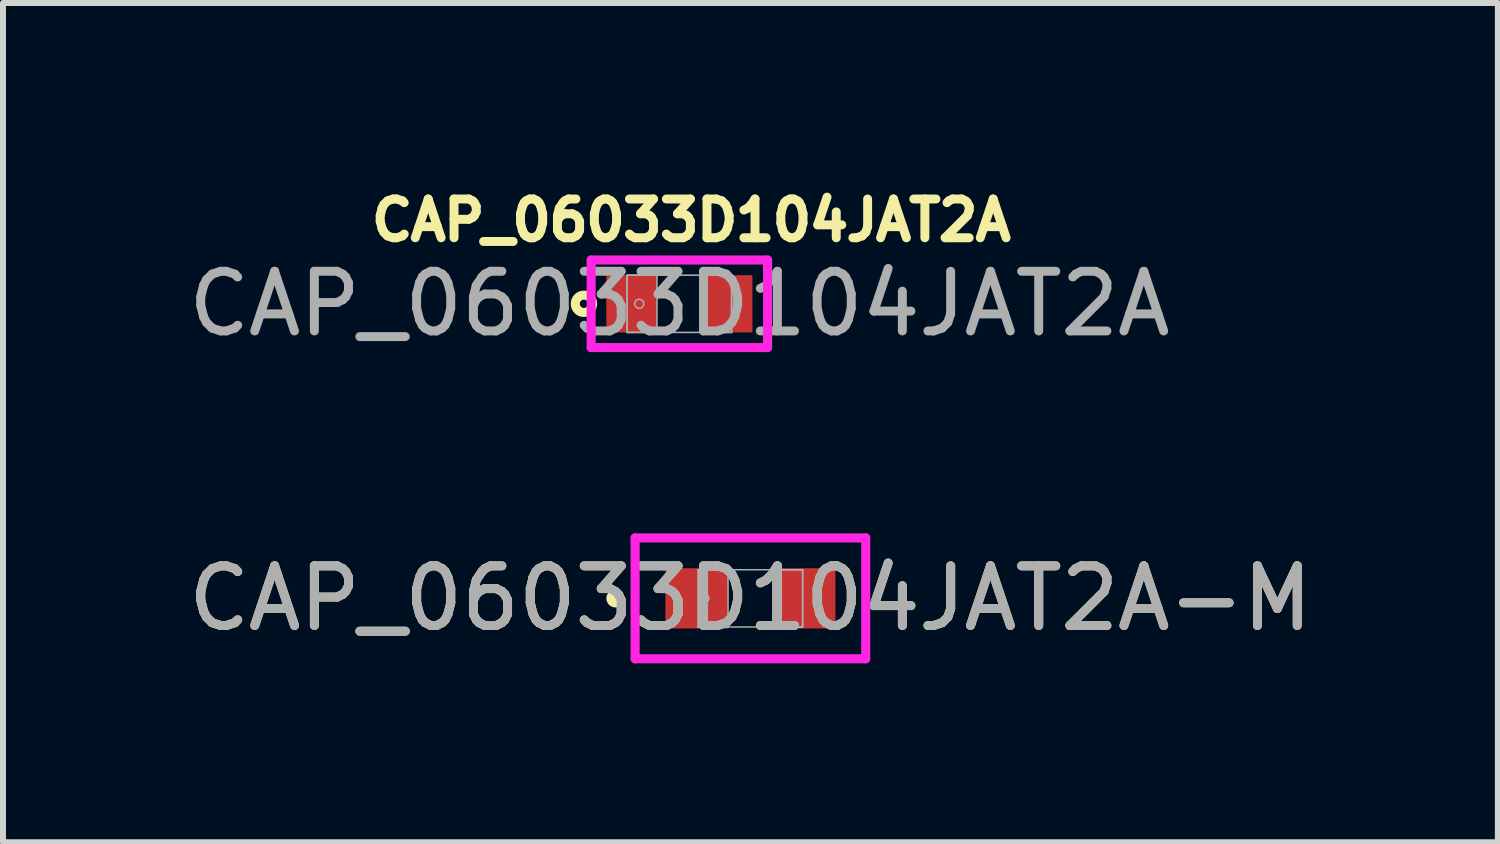
<source format=kicad_pcb>
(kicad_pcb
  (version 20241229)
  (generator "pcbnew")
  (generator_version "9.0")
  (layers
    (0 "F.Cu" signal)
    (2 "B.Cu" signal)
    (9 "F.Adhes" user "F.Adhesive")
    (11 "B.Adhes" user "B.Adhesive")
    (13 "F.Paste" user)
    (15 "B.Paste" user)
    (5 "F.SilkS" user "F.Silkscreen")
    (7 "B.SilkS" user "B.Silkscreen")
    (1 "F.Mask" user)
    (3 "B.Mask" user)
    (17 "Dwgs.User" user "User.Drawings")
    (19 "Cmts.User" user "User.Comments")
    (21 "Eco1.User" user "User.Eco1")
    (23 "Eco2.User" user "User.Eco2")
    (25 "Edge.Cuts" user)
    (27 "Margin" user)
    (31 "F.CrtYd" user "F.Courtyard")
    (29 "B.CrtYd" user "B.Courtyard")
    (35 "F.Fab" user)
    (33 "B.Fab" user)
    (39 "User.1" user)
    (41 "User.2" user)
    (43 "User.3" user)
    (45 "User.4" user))
  (footprint "CAP_06033D104JAT2A"
    (layer "F.Cu")
    (at 8.339 2.043)
    (property "Reference" "CAP_06033D104JAT2A" (at 0.2 -1.4 0) (unlocked yes) (layer "F.SilkS") (effects (font (size 0.65 0.65) (thickness 0.15))))
    (attr smd)
    (fp_circle (center -1.6 0) (end -1.593 -0.069) (stroke (width 0.152) (type solid)) (fill no) (layer "F.SilkS"))
    (fp_line (start -1.479 -0.734) (end 1.479 -0.734) (stroke (width 0.152) (type solid)) (layer "F.CrtYd"))
    (fp_line (start -1.479 0.734) (end -1.479 -0.734) (stroke (width 0.152) (type solid)) (layer "F.CrtYd"))
    (fp_line (start 1.479 -0.734) (end 1.479 0.734) (stroke (width 0.152) (type solid)) (layer "F.CrtYd"))
    (fp_line (start 1.479 0.734) (end -1.479 0.734) (stroke (width 0.152) (type solid)) (layer "F.CrtYd"))
    (fp_line (start -0.875 -0.48) (end -0.875 0.48) (stroke (width 0.025) (type solid)) (layer "F.Fab"))
    (fp_line (start -0.875 -0.48) (end -0.875 0.48) (stroke (width 0.025) (type solid)) (layer "F.Fab"))
    (fp_line (start -0.875 0.48) (end -0.375 0.48) (stroke (width 0.025) (type solid)) (layer "F.Fab"))
    (fp_line (start -0.875 0.48) (end 0.875 0.48) (stroke (width 0.025) (type solid)) (layer "F.Fab"))
    (fp_line (start -0.375 -0.48) (end -0.875 -0.48) (stroke (width 0.025) (type solid)) (layer "F.Fab"))
    (fp_line (start -0.375 0.48) (end -0.375 -0.48) (stroke (width 0.025) (type solid)) (layer "F.Fab"))
    (fp_line (start 0.375 -0.48) (end 0.375 0.48) (stroke (width 0.025) (type solid)) (layer "F.Fab"))
    (fp_line (start 0.375 0.48) (end 0.875 0.48) (stroke (width 0.025) (type solid)) (layer "F.Fab"))
    (fp_line (start 0.875 -0.48) (end -0.875 -0.48) (stroke (width 0.025) (type solid)) (layer "F.Fab"))
    (fp_line (start 0.875 -0.48) (end 0.375 -0.48) (stroke (width 0.025) (type solid)) (layer "F.Fab"))
    (fp_line (start 0.875 0.48) (end 0.875 -0.48) (stroke (width 0.025) (type solid)) (layer "F.Fab"))
    (fp_line (start 0.875 0.48) (end 0.875 -0.48) (stroke (width 0.025) (type solid)) (layer "F.Fab"))
    (fp_circle (center -0.673 0) (end -0.597 0) (stroke (width 0.025) (type solid)) (fill no) (layer "F.Fab"))
    (fp_text user "${REFERENCE}" (at 0 0 0) (unlocked yes) (layer "F.Fab") (effects (font (size 1 1) (thickness 0.15))))
    (pad "1" smd rect (at -0.8 0) (size 0.85 0.96) (layers "F.Cu" "F.Mask" "F.Paste"))
    (pad "2" smd rect (at 0.8 0) (size 0.85 0.96) (layers "F.Cu" "F.Mask" "F.Paste"))
    (zone (net_name "") (layer "F.Cu") (hatch full 0.508) (connect_pads) (min_thickness 0.254) (filled_areas_thickness no) (keepout (tracks not_allowed) (vias not_allowed) (pads allowed) (copperpour not_allowed) (footprints allowed)) (placement (enabled no)) (fill) (polygon (pts (xy 8.015 1.614) (xy 8.663 1.614) (xy 8.663 2.473) (xy 8.015 2.473)))))
  (footprint "CAP_06033D104JAT2A-M"
    (layer "F.Cu")
    (at 9.53 6.981)
    (property "Reference" "CAP_06033D104JAT2A-M" (at 0 0 0) (unlocked yes) (layer "F.SilkS") (effects (font (size 1 1) (thickness 0.15))))
    (attr smd)
    (fp_circle (center -2.263 0) (end -2.187 0) (stroke (width 0.152) (type solid)) (fill no) (layer "F.SilkS"))
    (fp_line (start -1.933 -1.013) (end 1.933 -1.013) (stroke (width 0.152) (type solid)) (layer "F.CrtYd"))
    (fp_line (start -1.933 1.013) (end -1.933 -1.013) (stroke (width 0.152) (type solid)) (layer "F.CrtYd"))
    (fp_line (start 1.933 -1.013) (end 1.933 1.013) (stroke (width 0.152) (type solid)) (layer "F.CrtYd"))
    (fp_line (start 1.933 1.013) (end -1.933 1.013) (stroke (width 0.152) (type solid)) (layer "F.CrtYd"))
    (fp_line (start -0.875 -0.48) (end -0.875 0.48) (stroke (width 0.025) (type solid)) (layer "F.Fab"))
    (fp_line (start -0.875 -0.48) (end -0.875 0.48) (stroke (width 0.025) (type solid)) (layer "F.Fab"))
    (fp_line (start -0.875 0.48) (end -0.375 0.48) (stroke (width 0.025) (type solid)) (layer "F.Fab"))
    (fp_line (start -0.875 0.48) (end 0.875 0.48) (stroke (width 0.025) (type solid)) (layer "F.Fab"))
    (fp_line (start -0.375 -0.48) (end -0.875 -0.48) (stroke (width 0.025) (type solid)) (layer "F.Fab"))
    (fp_line (start -0.375 0.48) (end -0.375 -0.48) (stroke (width 0.025) (type solid)) (layer "F.Fab"))
    (fp_line (start 0.375 -0.48) (end 0.375 0.48) (stroke (width 0.025) (type solid)) (layer "F.Fab"))
    (fp_line (start 0.375 0.48) (end 0.875 0.48) (stroke (width 0.025) (type solid)) (layer "F.Fab"))
    (fp_line (start 0.875 -0.48) (end -0.875 -0.48) (stroke (width 0.025) (type solid)) (layer "F.Fab"))
    (fp_line (start 0.875 -0.48) (end 0.375 -0.48) (stroke (width 0.025) (type solid)) (layer "F.Fab"))
    (fp_line (start 0.875 0.48) (end 0.875 -0.48) (stroke (width 0.025) (type solid)) (layer "F.Fab"))
    (fp_line (start 0.875 0.48) (end 0.875 -0.48) (stroke (width 0.025) (type solid)) (layer "F.Fab"))
    (fp_circle (center -0.773 0) (end -0.697 0) (stroke (width 0.025) (type solid)) (fill no) (layer "F.Fab"))
    (fp_text user "${REFERENCE}" (at 0 0 0) (unlocked yes) (layer "F.Fab") (effects (font (size 1 1) (thickness 0.15))))
    (pad "1" smd rect (at -0.9 0) (size 1.05 1.01) (layers "F.Cu" "F.Mask" "F.Paste"))
    (pad "2" smd rect (at 0.9 0) (size 1.05 1.01) (layers "F.Cu" "F.Mask" "F.Paste"))
    (zone (net_name "") (layer "F.Cu") (hatch full 0.508) (connect_pads) (min_thickness 0.254) (filled_areas_thickness no) (keepout (tracks not_allowed) (vias not_allowed) (pads allowed) (copperpour not_allowed) (footprints allowed)) (placement (enabled no)) (fill) (polygon (pts (xy 9.206 6.552) (xy 9.854 6.552) (xy 9.854 7.41) (xy 9.206 7.41)))))
  (gr_rect
    (start -3 -3)
    (end 22.06 11.07)
    (stroke (width 0.1) (type default))
    (fill no)
    (layer "Edge.Cuts")))
</source>
